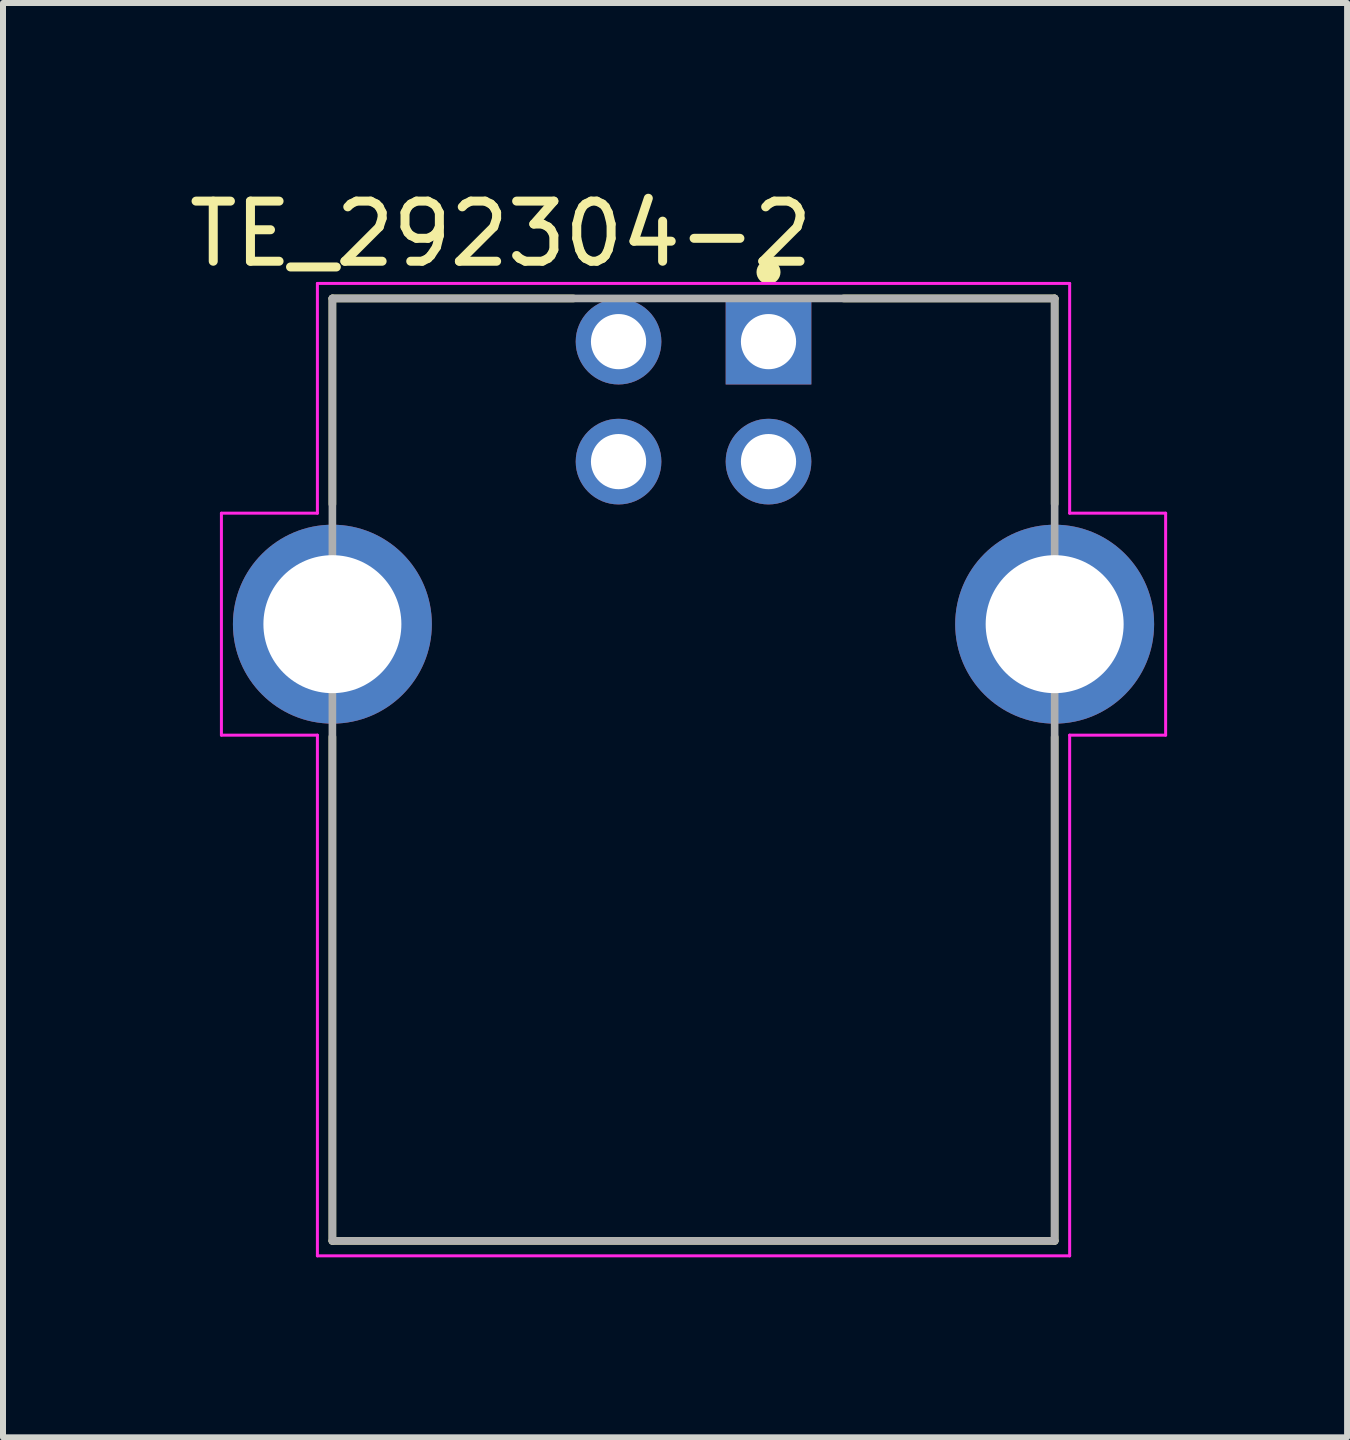
<source format=kicad_pcb>
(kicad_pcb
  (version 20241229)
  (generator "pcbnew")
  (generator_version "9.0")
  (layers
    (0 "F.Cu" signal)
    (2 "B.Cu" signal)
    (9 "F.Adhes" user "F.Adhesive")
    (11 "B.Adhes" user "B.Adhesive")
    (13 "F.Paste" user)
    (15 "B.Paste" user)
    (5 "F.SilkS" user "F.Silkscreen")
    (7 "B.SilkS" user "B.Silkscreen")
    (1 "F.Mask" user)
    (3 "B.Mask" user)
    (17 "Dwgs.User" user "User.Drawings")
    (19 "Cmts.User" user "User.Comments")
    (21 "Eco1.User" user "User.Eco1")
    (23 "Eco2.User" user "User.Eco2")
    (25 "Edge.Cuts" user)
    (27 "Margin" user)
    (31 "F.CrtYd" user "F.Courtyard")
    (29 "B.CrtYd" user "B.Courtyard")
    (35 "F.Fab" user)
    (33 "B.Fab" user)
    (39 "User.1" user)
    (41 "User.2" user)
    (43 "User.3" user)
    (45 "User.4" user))
  (footprint "TE_292304-2"
    (layer "F.Cu")
    (at 8.511 9.78)
    (property "Reference" "TE_292304-2" (at -3.211 -8.931 0) (layer "F.SilkS") (effects (font (size 1.002 1.002) (thickness 0.15))))
    (attr through_hole)
    (fp_line (start -6.02 -7.855) (end -6.02 -4.425) (stroke (width 0.127) (type solid)) (layer "F.SilkS"))
    (fp_line (start -6.02 -7.855) (end -2 -7.855) (stroke (width 0.127) (type solid)) (layer "F.SilkS"))
    (fp_line (start -6.02 -0.548) (end -6.02 7.855) (stroke (width 0.127) (type solid)) (layer "F.SilkS"))
    (fp_line (start -6.02 7.855) (end 6.02 7.855) (stroke (width 0.127) (type solid)) (layer "F.SilkS"))
    (fp_line (start 2.5 -7.855) (end 6.02 -7.855) (stroke (width 0.127) (type solid)) (layer "F.SilkS"))
    (fp_line (start 6.02 -7.855) (end 6.02 -4.429) (stroke (width 0.127) (type solid)) (layer "F.SilkS"))
    (fp_line (start 6.02 -0.544) (end 6.02 7.855) (stroke (width 0.127) (type solid)) (layer "F.SilkS"))
    (fp_circle (center 1.25 -8.294) (end 1.35 -8.294) (stroke (width 0.2) (type solid)) (fill no) (layer "F.SilkS"))
    (fp_line (start -7.87 -4.275) (end -7.87 -0.575) (stroke (width 0.05) (type solid)) (layer "F.CrtYd"))
    (fp_line (start -7.87 -0.575) (end -6.27 -0.575) (stroke (width 0.05) (type solid)) (layer "F.CrtYd"))
    (fp_line (start -6.27 -8.105) (end -6.27 -4.275) (stroke (width 0.05) (type solid)) (layer "F.CrtYd"))
    (fp_line (start -6.27 -8.105) (end 6.27 -8.105) (stroke (width 0.05) (type solid)) (layer "F.CrtYd"))
    (fp_line (start -6.27 -4.275) (end -7.87 -4.275) (stroke (width 0.05) (type solid)) (layer "F.CrtYd"))
    (fp_line (start -6.27 -0.575) (end -6.27 8.105) (stroke (width 0.05) (type solid)) (layer "F.CrtYd"))
    (fp_line (start 6.27 -4.275) (end 6.27 -8.105) (stroke (width 0.05) (type solid)) (layer "F.CrtYd"))
    (fp_line (start 6.27 -0.575) (end 7.87 -0.575) (stroke (width 0.05) (type solid)) (layer "F.CrtYd"))
    (fp_line (start 6.27 8.105) (end -6.27 8.105) (stroke (width 0.05) (type solid)) (layer "F.CrtYd"))
    (fp_line (start 6.27 8.105) (end 6.27 -0.575) (stroke (width 0.05) (type solid)) (layer "F.CrtYd"))
    (fp_line (start 7.87 -4.275) (end 6.27 -4.275) (stroke (width 0.05) (type solid)) (layer "F.CrtYd"))
    (fp_line (start 7.87 -0.575) (end 7.87 -4.275) (stroke (width 0.05) (type solid)) (layer "F.CrtYd"))
    (fp_line (start -6.02 -7.855) (end -6.02 7.855) (stroke (width 0.127) (type solid)) (layer "F.Fab"))
    (fp_line (start -6.02 7.855) (end 6.02 7.855) (stroke (width 0.127) (type solid)) (layer "F.Fab"))
    (fp_line (start 6.02 -7.855) (end -6.02 -7.855) (stroke (width 0.127) (type solid)) (layer "F.Fab"))
    (fp_line (start 6.02 7.855) (end 6.02 -7.855) (stroke (width 0.127) (type solid)) (layer "F.Fab"))
    (pad "1" thru_hole rect (at 1.25 -7.135) (size 1.428 1.428) (drill 0.92) (layers "*.Cu" "*.Mask"))
    (pad "2" thru_hole circle (at -1.25 -7.135) (size 1.428 1.428) (drill 0.92) (layers "*.Cu" "*.Mask"))
    (pad "3" thru_hole circle (at -1.25 -5.135) (size 1.428 1.428) (drill 0.92) (layers "*.Cu" "*.Mask"))
    (pad "4" thru_hole circle (at 1.25 -5.135) (size 1.428 1.428) (drill 0.92) (layers "*.Cu" "*.Mask"))
    (pad "S1" thru_hole circle (at -6.02 -2.425) (size 3.316 3.316) (drill 2.3) (layers "*.Cu" "*.Mask"))
    (pad "S2" thru_hole circle (at 6.02 -2.425) (size 3.316 3.316) (drill 2.3) (layers "*.Cu" "*.Mask")))
  (gr_rect
    (start -3 -3)
    (end 19.406 20.91)
    (stroke (width 0.1) (type default))
    (fill no)
    (layer "Edge.Cuts")))
</source>
